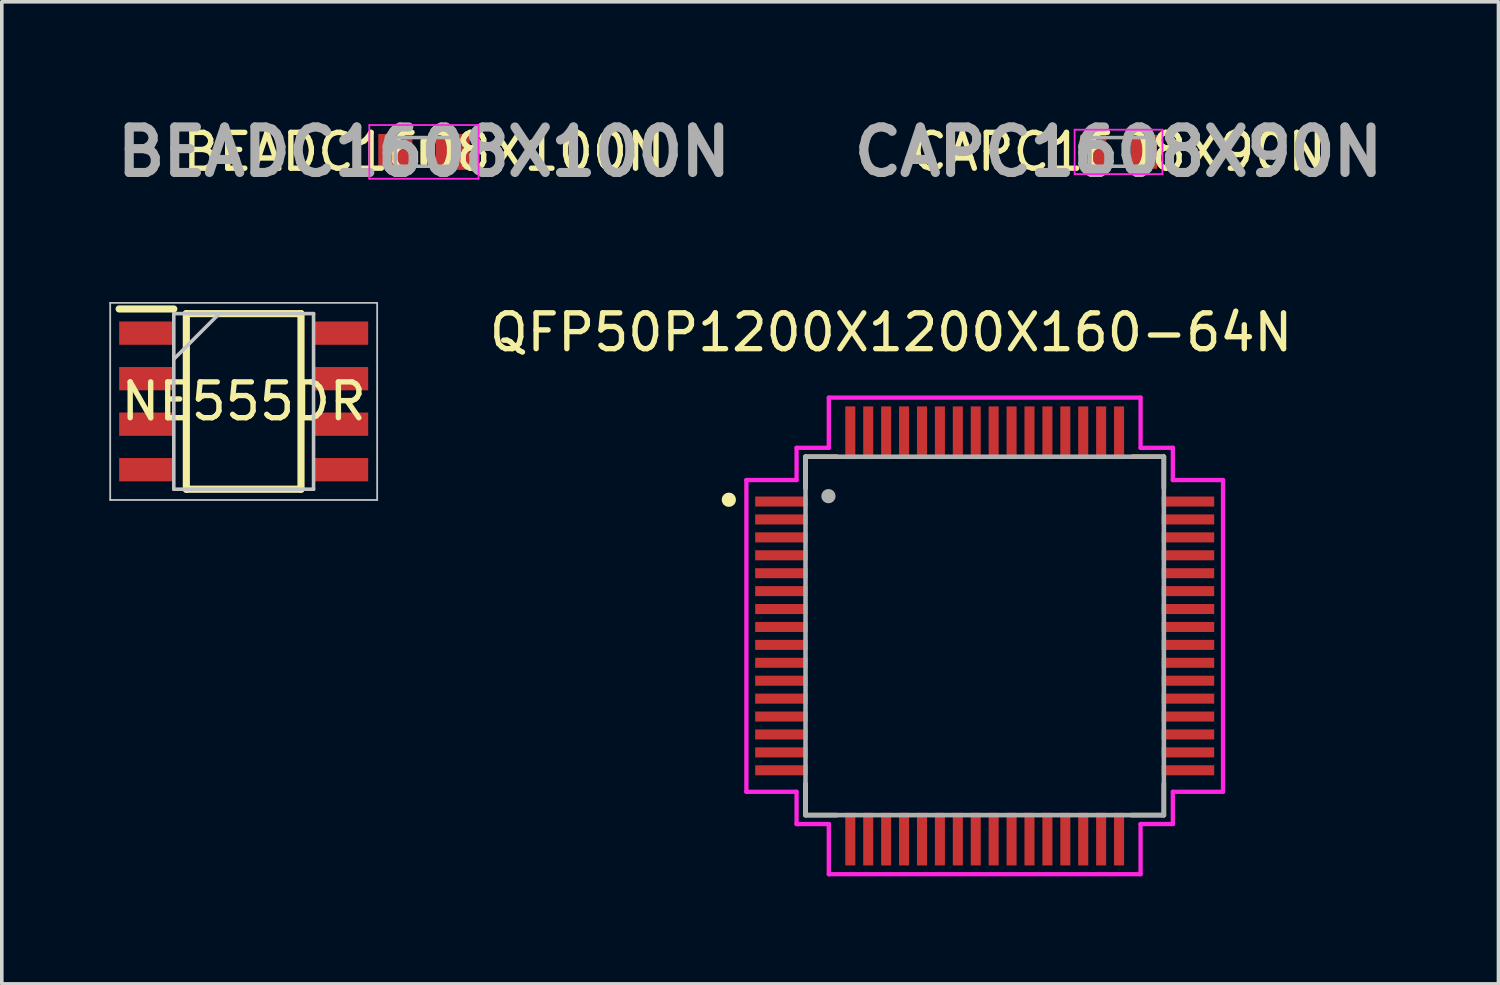
<source format=kicad_pcb>
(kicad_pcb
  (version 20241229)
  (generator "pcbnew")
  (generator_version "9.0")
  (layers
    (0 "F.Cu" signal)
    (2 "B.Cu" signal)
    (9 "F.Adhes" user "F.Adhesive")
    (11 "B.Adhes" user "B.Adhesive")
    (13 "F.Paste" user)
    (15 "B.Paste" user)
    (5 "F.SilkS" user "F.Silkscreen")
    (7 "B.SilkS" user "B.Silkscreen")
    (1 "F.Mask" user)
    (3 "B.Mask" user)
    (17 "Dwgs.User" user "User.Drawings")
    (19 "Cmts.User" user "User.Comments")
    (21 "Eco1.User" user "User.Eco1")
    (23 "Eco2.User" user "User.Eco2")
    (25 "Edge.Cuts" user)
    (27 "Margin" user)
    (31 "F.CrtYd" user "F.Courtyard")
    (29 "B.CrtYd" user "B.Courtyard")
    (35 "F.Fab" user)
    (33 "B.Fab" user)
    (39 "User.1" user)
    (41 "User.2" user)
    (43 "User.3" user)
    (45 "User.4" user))
  (footprint "NE555DR"
    (layer "F.Cu")
    (at 3.75 8.152)
    (property "Reference" "NE555DR" (at 0 0 0) (layer "F.SilkS") (effects (font (size 1 1) (thickness 0.15))))
    (attr smd)
    (fp_line (start -3.475 -2.58) (end -1.95 -2.58) (stroke (width 0.2) (type solid)) (layer "F.SilkS"))
    (fp_line (start -1.6 -2.45) (end 1.6 -2.45) (stroke (width 0.2) (type solid)) (layer "F.SilkS"))
    (fp_line (start -1.6 2.45) (end -1.6 -2.45) (stroke (width 0.2) (type solid)) (layer "F.SilkS"))
    (fp_line (start 1.6 -2.45) (end 1.6 2.45) (stroke (width 0.2) (type solid)) (layer "F.SilkS"))
    (fp_line (start 1.6 2.45) (end -1.6 2.45) (stroke (width 0.2) (type solid)) (layer "F.SilkS"))
    (fp_line (start -3.725 -2.75) (end 3.725 -2.75) (stroke (width 0.05) (type solid)) (layer "Dwgs.User"))
    (fp_line (start -3.725 2.75) (end -3.725 -2.75) (stroke (width 0.05) (type solid)) (layer "Dwgs.User"))
    (fp_line (start -1.95 -2.45) (end 1.95 -2.45) (stroke (width 0.1) (type solid)) (layer "Dwgs.User"))
    (fp_line (start -1.95 -1.18) (end -0.68 -2.45) (stroke (width 0.1) (type solid)) (layer "Dwgs.User"))
    (fp_line (start -1.95 2.45) (end -1.95 -2.45) (stroke (width 0.1) (type solid)) (layer "Dwgs.User"))
    (fp_line (start 1.95 -2.45) (end 1.95 2.45) (stroke (width 0.1) (type solid)) (layer "Dwgs.User"))
    (fp_line (start 1.95 2.45) (end -1.95 2.45) (stroke (width 0.1) (type solid)) (layer "Dwgs.User"))
    (fp_line (start 3.725 -2.75) (end 3.725 2.75) (stroke (width 0.05) (type solid)) (layer "Dwgs.User"))
    (fp_line (start 3.725 2.75) (end -3.725 2.75) (stroke (width 0.05) (type solid)) (layer "Dwgs.User"))
    (pad "1" smd rect (at -2.712 -1.905 90) (size 0.65 1.525) (layers "F.Cu" "F.Paste"))
    (pad "2" smd rect (at -2.712 -0.635 90) (size 0.65 1.525) (layers "F.Cu" "F.Paste"))
    (pad "3" smd rect (at -2.712 0.635 90) (size 0.65 1.525) (layers "F.Cu" "F.Paste"))
    (pad "4" smd rect (at -2.712 1.905 90) (size 0.65 1.525) (layers "F.Cu" "F.Paste"))
    (pad "5" smd rect (at 2.712 1.905 90) (size 0.65 1.525) (layers "F.Cu" "F.Paste"))
    (pad "6" smd rect (at 2.712 0.635 90) (size 0.65 1.525) (layers "F.Cu" "F.Paste"))
    (pad "7" smd rect (at 2.712 -0.635 90) (size 0.65 1.525) (layers "F.Cu" "F.Paste"))
    (pad "8" smd rect (at 2.712 -1.905 90) (size 0.65 1.525) (layers "F.Cu" "F.Paste")))
  (footprint "BEADC1608X100N"
    (layer "F.Cu")
    (at 8.781 1.189)
    (property "Reference" "BEADC1608X100N" (at 0 0 0) (layer "F.SilkS") (effects (font (size 1 1) (thickness 0.15))))
    (attr smd)
    (fp_line (start 0 -0.3) (end 0 0.3) (stroke (width 0.2) (type solid)) (layer "F.SilkS"))
    (fp_line (start -1.525 -0.75) (end 1.525 -0.75) (stroke (width 0.05) (type solid)) (layer "F.CrtYd"))
    (fp_line (start -1.525 0.75) (end -1.525 -0.75) (stroke (width 0.05) (type solid)) (layer "F.CrtYd"))
    (fp_line (start 1.525 -0.75) (end 1.525 0.75) (stroke (width 0.05) (type solid)) (layer "F.CrtYd"))
    (fp_line (start 1.525 0.75) (end -1.525 0.75) (stroke (width 0.05) (type solid)) (layer "F.CrtYd"))
    (fp_line (start -0.8 -0.4) (end 0.8 -0.4) (stroke (width 0.1) (type solid)) (layer "F.Fab"))
    (fp_line (start -0.8 0.4) (end -0.8 -0.4) (stroke (width 0.1) (type solid)) (layer "F.Fab"))
    (fp_line (start 0.8 -0.4) (end 0.8 0.4) (stroke (width 0.1) (type solid)) (layer "F.Fab"))
    (fp_line (start 0.8 0.4) (end -0.8 0.4) (stroke (width 0.1) (type solid)) (layer "F.Fab"))
    (fp_text user "${REFERENCE}" (at 0 0 0) (layer "F.Fab") (effects (font (size 1.27 1.27) (thickness 0.254))))
    (pad "1" smd rect (at -0.8 0) (size 0.95 1) (layers "F.Cu" "F.Mask" "F.Paste"))
    (pad "2" smd rect (at 0.8 0) (size 0.95 1) (layers "F.Cu" "F.Mask" "F.Paste")))
  (footprint "QFP50P1200X1200X160-64N"
    (layer "F.Cu")
    (at 24.429 14.696)
    (property "Reference" "QFP50P1200X1200X160-64N" (at -2.613 -8.471 0) (layer "F.SilkS") (effects (font (size 1 1) (thickness 0.15))))
    (attr through_hole)
    (fp_line (start -5 -5) (end -5 -4.125) (stroke (width 0.127) (type solid)) (layer "F.SilkS"))
    (fp_line (start -5 -5) (end -4.125 -5) (stroke (width 0.127) (type solid)) (layer "F.SilkS"))
    (fp_line (start -5 5) (end -5 4.125) (stroke (width 0.127) (type solid)) (layer "F.SilkS"))
    (fp_line (start -5 5) (end -4.125 5) (stroke (width 0.127) (type solid)) (layer "F.SilkS"))
    (fp_line (start 5 -5) (end 4.125 -5) (stroke (width 0.127) (type solid)) (layer "F.SilkS"))
    (fp_line (start 5 -5) (end 5 -4.125) (stroke (width 0.127) (type solid)) (layer "F.SilkS"))
    (fp_line (start 5 5) (end 4.093 5) (stroke (width 0.127) (type solid)) (layer "F.SilkS"))
    (fp_line (start 5 5) (end 5 4.125) (stroke (width 0.127) (type solid)) (layer "F.SilkS"))
    (fp_circle (center -7.14 -3.8) (end -7.04 -3.8) (stroke (width 0.2) (type solid)) (fill no) (layer "F.SilkS"))
    (fp_line (start -6.65 -4.35) (end -5.25 -4.35) (stroke (width 0.12) (type solid)) (layer "F.CrtYd"))
    (fp_line (start -6.65 4.35) (end -6.65 -4.35) (stroke (width 0.12) (type solid)) (layer "F.CrtYd"))
    (fp_line (start -5.25 -5.25) (end -4.35 -5.25) (stroke (width 0.12) (type solid)) (layer "F.CrtYd"))
    (fp_line (start -5.25 -4.35) (end -5.25 -5.25) (stroke (width 0.12) (type solid)) (layer "F.CrtYd"))
    (fp_line (start -5.25 4.35) (end -6.65 4.35) (stroke (width 0.12) (type solid)) (layer "F.CrtYd"))
    (fp_line (start -5.25 5.25) (end -5.25 4.35) (stroke (width 0.12) (type solid)) (layer "F.CrtYd"))
    (fp_line (start -5.2 5.25) (end -5.25 5.25) (stroke (width 0.12) (type solid)) (layer "F.CrtYd"))
    (fp_line (start -4.35 -6.65) (end 4.35 -6.65) (stroke (width 0.12) (type solid)) (layer "F.CrtYd"))
    (fp_line (start -4.35 -5.25) (end -4.35 -6.65) (stroke (width 0.12) (type solid)) (layer "F.CrtYd"))
    (fp_line (start -4.35 5.25) (end -5.2 5.25) (stroke (width 0.12) (type solid)) (layer "F.CrtYd"))
    (fp_line (start -4.35 5.3) (end -4.35 5.25) (stroke (width 0.12) (type solid)) (layer "F.CrtYd"))
    (fp_line (start -4.35 6.65) (end -4.35 5.3) (stroke (width 0.12) (type solid)) (layer "F.CrtYd"))
    (fp_line (start 4.35 -6.65) (end 4.35 -5.25) (stroke (width 0.12) (type solid)) (layer "F.CrtYd"))
    (fp_line (start 4.35 -5.25) (end 5.25 -5.25) (stroke (width 0.12) (type solid)) (layer "F.CrtYd"))
    (fp_line (start 4.35 5.25) (end 4.35 6.65) (stroke (width 0.12) (type solid)) (layer "F.CrtYd"))
    (fp_line (start 4.35 6.65) (end -4.35 6.65) (stroke (width 0.12) (type solid)) (layer "F.CrtYd"))
    (fp_line (start 5.25 -5.25) (end 5.25 -4.35) (stroke (width 0.12) (type solid)) (layer "F.CrtYd"))
    (fp_line (start 5.25 4.35) (end 6.65 4.35) (stroke (width 0.12) (type solid)) (layer "F.CrtYd"))
    (fp_line (start 5.25 5.25) (end 4.35 5.25) (stroke (width 0.12) (type solid)) (layer "F.CrtYd"))
    (fp_line (start 5.25 5.25) (end 5.25 4.35) (stroke (width 0.12) (type solid)) (layer "F.CrtYd"))
    (fp_line (start 6.65 -4.35) (end 5.25 -4.35) (stroke (width 0.12) (type solid)) (layer "F.CrtYd"))
    (fp_line (start 6.65 4.35) (end 6.65 -4.35) (stroke (width 0.12) (type solid)) (layer "F.CrtYd"))
    (fp_line (start -5 -5) (end 5 -5) (stroke (width 0.127) (type solid)) (layer "F.Fab"))
    (fp_line (start -5 5) (end -5 -5) (stroke (width 0.127) (type solid)) (layer "F.Fab"))
    (fp_line (start -5 5) (end 5 5) (stroke (width 0.127) (type solid)) (layer "F.Fab"))
    (fp_line (start 5 5) (end 5 -5) (stroke (width 0.127) (type solid)) (layer "F.Fab"))
    (fp_circle (center -4.36 -3.9) (end -4.26 -3.9) (stroke (width 0.2) (type solid)) (fill no) (layer "F.Fab"))
    (pad "1" smd rect (at -5.67 -3.75) (size 1.47 0.28) (layers "F.Cu" "F.Mask" "F.Paste"))
    (pad "2" smd rect (at -5.67 -3.25) (size 1.47 0.28) (layers "F.Cu" "F.Mask" "F.Paste"))
    (pad "3" smd rect (at -5.67 -2.75) (size 1.47 0.28) (layers "F.Cu" "F.Mask" "F.Paste"))
    (pad "4" smd rect (at -5.67 -2.25) (size 1.47 0.28) (layers "F.Cu" "F.Mask" "F.Paste"))
    (pad "5" smd rect (at -5.67 -1.75) (size 1.47 0.28) (layers "F.Cu" "F.Mask" "F.Paste"))
    (pad "6" smd rect (at -5.67 -1.25) (size 1.47 0.28) (layers "F.Cu" "F.Mask" "F.Paste"))
    (pad "7" smd rect (at -5.67 -0.75) (size 1.47 0.28) (layers "F.Cu" "F.Mask" "F.Paste"))
    (pad "8" smd rect (at -5.67 -0.25) (size 1.47 0.28) (layers "F.Cu" "F.Mask" "F.Paste"))
    (pad "9" smd rect (at -5.67 0.25) (size 1.47 0.28) (layers "F.Cu" "F.Mask" "F.Paste"))
    (pad "10" smd rect (at -5.67 0.75) (size 1.47 0.28) (layers "F.Cu" "F.Mask" "F.Paste"))
    (pad "11" smd rect (at -5.67 1.25) (size 1.47 0.28) (layers "F.Cu" "F.Mask" "F.Paste"))
    (pad "12" smd rect (at -5.67 1.75) (size 1.47 0.28) (layers "F.Cu" "F.Mask" "F.Paste"))
    (pad "13" smd rect (at -5.67 2.25) (size 1.47 0.28) (layers "F.Cu" "F.Mask" "F.Paste"))
    (pad "14" smd rect (at -5.67 2.75) (size 1.47 0.28) (layers "F.Cu" "F.Mask" "F.Paste"))
    (pad "15" smd rect (at -5.67 3.25) (size 1.47 0.28) (layers "F.Cu" "F.Mask" "F.Paste"))
    (pad "16" smd rect (at -5.67 3.75) (size 1.47 0.28) (layers "F.Cu" "F.Mask" "F.Paste"))
    (pad "17" smd rect (at -3.75 5.67) (size 0.28 1.47) (layers "F.Cu" "F.Mask" "F.Paste"))
    (pad "18" smd rect (at -3.25 5.67) (size 0.28 1.47) (layers "F.Cu" "F.Mask" "F.Paste"))
    (pad "19" smd rect (at -2.75 5.67) (size 0.28 1.47) (layers "F.Cu" "F.Mask" "F.Paste"))
    (pad "20" smd rect (at -2.25 5.67) (size 0.28 1.47) (layers "F.Cu" "F.Mask" "F.Paste"))
    (pad "21" smd rect (at -1.75 5.67) (size 0.28 1.47) (layers "F.Cu" "F.Mask" "F.Paste"))
    (pad "22" smd rect (at -1.25 5.67) (size 0.28 1.47) (layers "F.Cu" "F.Mask" "F.Paste"))
    (pad "23" smd rect (at -0.75 5.67) (size 0.28 1.47) (layers "F.Cu" "F.Mask" "F.Paste"))
    (pad "24" smd rect (at -0.25 5.67) (size 0.28 1.47) (layers "F.Cu" "F.Mask" "F.Paste"))
    (pad "25" smd rect (at 0.25 5.67) (size 0.28 1.47) (layers "F.Cu" "F.Mask" "F.Paste"))
    (pad "26" smd rect (at 0.75 5.67) (size 0.28 1.47) (layers "F.Cu" "F.Mask" "F.Paste"))
    (pad "27" smd rect (at 1.25 5.67) (size 0.28 1.47) (layers "F.Cu" "F.Mask" "F.Paste"))
    (pad "28" smd rect (at 1.75 5.67) (size 0.28 1.47) (layers "F.Cu" "F.Mask" "F.Paste"))
    (pad "29" smd rect (at 2.25 5.67) (size 0.28 1.47) (layers "F.Cu" "F.Mask" "F.Paste"))
    (pad "30" smd rect (at 2.75 5.67) (size 0.28 1.47) (layers "F.Cu" "F.Mask" "F.Paste"))
    (pad "31" smd rect (at 3.25 5.67) (size 0.28 1.47) (layers "F.Cu" "F.Mask" "F.Paste"))
    (pad "32" smd rect (at 3.75 5.67) (size 0.28 1.47) (layers "F.Cu" "F.Mask" "F.Paste"))
    (pad "33" smd rect (at 5.67 3.75) (size 1.47 0.28) (layers "F.Cu" "F.Mask" "F.Paste"))
    (pad "34" smd rect (at 5.67 3.25) (size 1.47 0.28) (layers "F.Cu" "F.Mask" "F.Paste"))
    (pad "35" smd rect (at 5.67 2.75) (size 1.47 0.28) (layers "F.Cu" "F.Mask" "F.Paste"))
    (pad "36" smd rect (at 5.67 2.25) (size 1.47 0.28) (layers "F.Cu" "F.Mask" "F.Paste"))
    (pad "37" smd rect (at 5.67 1.75) (size 1.47 0.28) (layers "F.Cu" "F.Mask" "F.Paste"))
    (pad "38" smd rect (at 5.67 1.25) (size 1.47 0.28) (layers "F.Cu" "F.Mask" "F.Paste"))
    (pad "39" smd rect (at 5.67 0.75) (size 1.47 0.28) (layers "F.Cu" "F.Mask" "F.Paste"))
    (pad "40" smd rect (at 5.67 0.25) (size 1.47 0.28) (layers "F.Cu" "F.Mask" "F.Paste"))
    (pad "41" smd rect (at 5.67 -0.25) (size 1.47 0.28) (layers "F.Cu" "F.Mask" "F.Paste"))
    (pad "42" smd rect (at 5.67 -0.75) (size 1.47 0.28) (layers "F.Cu" "F.Mask" "F.Paste"))
    (pad "43" smd rect (at 5.67 -1.25) (size 1.47 0.28) (layers "F.Cu" "F.Mask" "F.Paste"))
    (pad "44" smd rect (at 5.67 -1.75) (size 1.47 0.28) (layers "F.Cu" "F.Mask" "F.Paste"))
    (pad "45" smd rect (at 5.67 -2.25) (size 1.47 0.28) (layers "F.Cu" "F.Mask" "F.Paste"))
    (pad "46" smd rect (at 5.67 -2.75) (size 1.47 0.28) (layers "F.Cu" "F.Mask" "F.Paste"))
    (pad "47" smd rect (at 5.67 -3.25) (size 1.47 0.28) (layers "F.Cu" "F.Mask" "F.Paste"))
    (pad "48" smd rect (at 5.67 -3.75) (size 1.47 0.28) (layers "F.Cu" "F.Mask" "F.Paste"))
    (pad "49" smd rect (at 3.75 -5.67) (size 0.28 1.47) (layers "F.Cu" "F.Mask" "F.Paste"))
    (pad "50" smd rect (at 3.25 -5.67) (size 0.28 1.47) (layers "F.Cu" "F.Mask" "F.Paste"))
    (pad "51" smd rect (at 2.75 -5.67) (size 0.28 1.47) (layers "F.Cu" "F.Mask" "F.Paste"))
    (pad "52" smd rect (at 2.25 -5.67) (size 0.28 1.47) (layers "F.Cu" "F.Mask" "F.Paste"))
    (pad "53" smd rect (at 1.75 -5.67) (size 0.28 1.47) (layers "F.Cu" "F.Mask" "F.Paste"))
    (pad "54" smd rect (at 1.25 -5.67) (size 0.28 1.47) (layers "F.Cu" "F.Mask" "F.Paste"))
    (pad "55" smd rect (at 0.75 -5.67) (size 0.28 1.47) (layers "F.Cu" "F.Mask" "F.Paste"))
    (pad "56" smd rect (at 0.25 -5.67) (size 0.28 1.47) (layers "F.Cu" "F.Mask" "F.Paste"))
    (pad "57" smd rect (at -0.25 -5.67) (size 0.28 1.47) (layers "F.Cu" "F.Mask" "F.Paste"))
    (pad "58" smd rect (at -0.75 -5.67) (size 0.28 1.47) (layers "F.Cu" "F.Mask" "F.Paste"))
    (pad "59" smd rect (at -1.25 -5.67) (size 0.28 1.47) (layers "F.Cu" "F.Mask" "F.Paste"))
    (pad "60" smd rect (at -1.75 -5.67) (size 0.28 1.47) (layers "F.Cu" "F.Mask" "F.Paste"))
    (pad "61" smd rect (at -2.25 -5.67) (size 0.28 1.47) (layers "F.Cu" "F.Mask" "F.Paste"))
    (pad "62" smd rect (at -2.75 -5.67) (size 0.28 1.47) (layers "F.Cu" "F.Mask" "F.Paste"))
    (pad "63" smd rect (at -3.25 -5.67) (size 0.28 1.47) (layers "F.Cu" "F.Mask" "F.Paste"))
    (pad "64" smd rect (at -3.75 -5.67) (size 0.28 1.47) (layers "F.Cu" "F.Mask" "F.Paste")))
  (footprint "CAPC1608X90N"
    (layer "F.Cu")
    (at 28.164 1.189)
    (property "Reference" "CAPC1608X90N" (at 0 0 0) (layer "F.SilkS") (effects (font (size 1 1) (thickness 0.15))))
    (attr smd)
    (fp_line (start -1.225 -0.62) (end 1.225 -0.62) (stroke (width 0.05) (type solid)) (layer "F.CrtYd"))
    (fp_line (start -1.225 0.62) (end -1.225 -0.62) (stroke (width 0.05) (type solid)) (layer "F.CrtYd"))
    (fp_line (start 1.225 -0.62) (end 1.225 0.62) (stroke (width 0.05) (type solid)) (layer "F.CrtYd"))
    (fp_line (start 1.225 0.62) (end -1.225 0.62) (stroke (width 0.05) (type solid)) (layer "F.CrtYd"))
    (fp_line (start -0.8 -0.4) (end 0.8 -0.4) (stroke (width 0.1) (type solid)) (layer "F.Fab"))
    (fp_line (start -0.8 0.4) (end -0.8 -0.4) (stroke (width 0.1) (type solid)) (layer "F.Fab"))
    (fp_line (start 0.8 -0.4) (end 0.8 0.4) (stroke (width 0.1) (type solid)) (layer "F.Fab"))
    (fp_line (start 0.8 0.4) (end -0.8 0.4) (stroke (width 0.1) (type solid)) (layer "F.Fab"))
    (fp_text user "${REFERENCE}" (at 0 0 0) (layer "F.Fab") (effects (font (size 1.27 1.27) (thickness 0.254))))
    (pad "1" smd rect (at -0.71 0) (size 0.73 0.94) (layers "F.Cu" "F.Mask" "F.Paste"))
    (pad "2" smd rect (at 0.71 0) (size 0.73 0.94) (layers "F.Cu" "F.Mask" "F.Paste")))
  (gr_rect
    (start -3 -3)
    (end 38.766 24.406)
    (stroke (width 0.1) (type default))
    (fill no)
    (layer "Edge.Cuts")))
</source>
